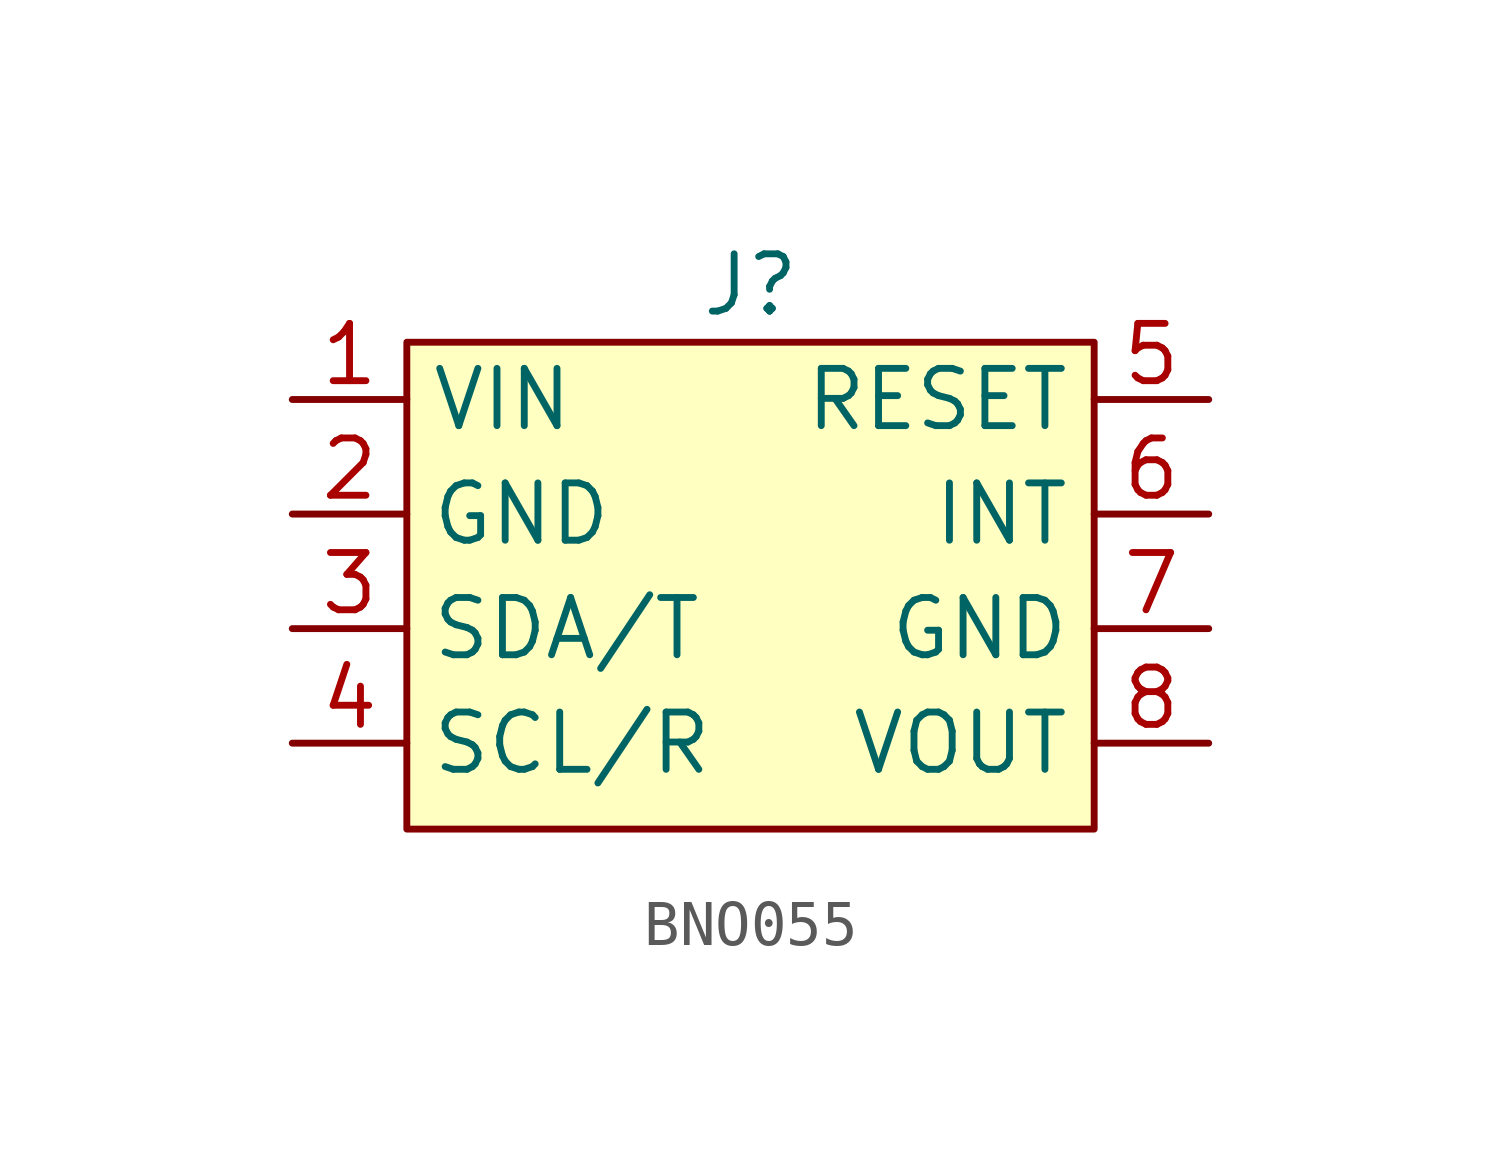
<source format=kicad_sym>
(kicad_symbol_lib
  (version 20231120)
  (generator "kicad_symbol_editor")
  (generator_version "8.0")
  (symbol "BNO055"
    (property "Reference" "J"
      (at 0 6.35 0)
      (effects (font (size 1.27 1.27))))
    (property "Value" ""
      (at -3.81 1.27 0)
      (effects (font (size 1.27 1.27))))
    (symbol "BNO055_1_1"
      (rectangle (start -7.62 5.08) (end 7.62 -5.715) (stroke (width 0) (type default)) (fill (type background)))
      (pin passive line (at -10.16 3.81 0) (length 2.54) (name "VIN" (effects (font (size 1.27 1.27)))) (number "1" (effects (font (size 1.27 1.27)))))
      (pin passive line (at -10.16 1.27 0) (length 2.54) (name "GND" (effects (font (size 1.27 1.27)))) (number "2" (effects (font (size 1.27 1.27)))))
      (pin passive line (at -10.16 -1.27 0) (length 2.54) (name "SDA/T" (effects (font (size 1.27 1.27)))) (number "3" (effects (font (size 1.27 1.27)))))
      (pin passive line (at -10.16 -3.81 0) (length 2.54) (name "SCL/R" (effects (font (size 1.27 1.27)))) (number "4" (effects (font (size 1.27 1.27)))))
      (pin passive line (at 10.16 3.81 180) (length 2.54) (name "RESET" (effects (font (size 1.27 1.27)))) (number "5" (effects (font (size 1.27 1.27)))))
      (pin passive line (at 10.16 1.27 180) (length 2.54) (name "INT" (effects (font (size 1.27 1.27)))) (number "6" (effects (font (size 1.27 1.27)))))
      (pin passive line (at 10.16 -1.27 180) (length 2.54) (name "GND" (effects (font (size 1.27 1.27)))) (number "7" (effects (font (size 1.27 1.27)))))
      (pin passive line (at 10.16 -3.81 180) (length 2.54) (name "VOUT" (effects (font (size 1.27 1.27)))) (number "8" (effects (font (size 1.27 1.27))))))))
</source>
